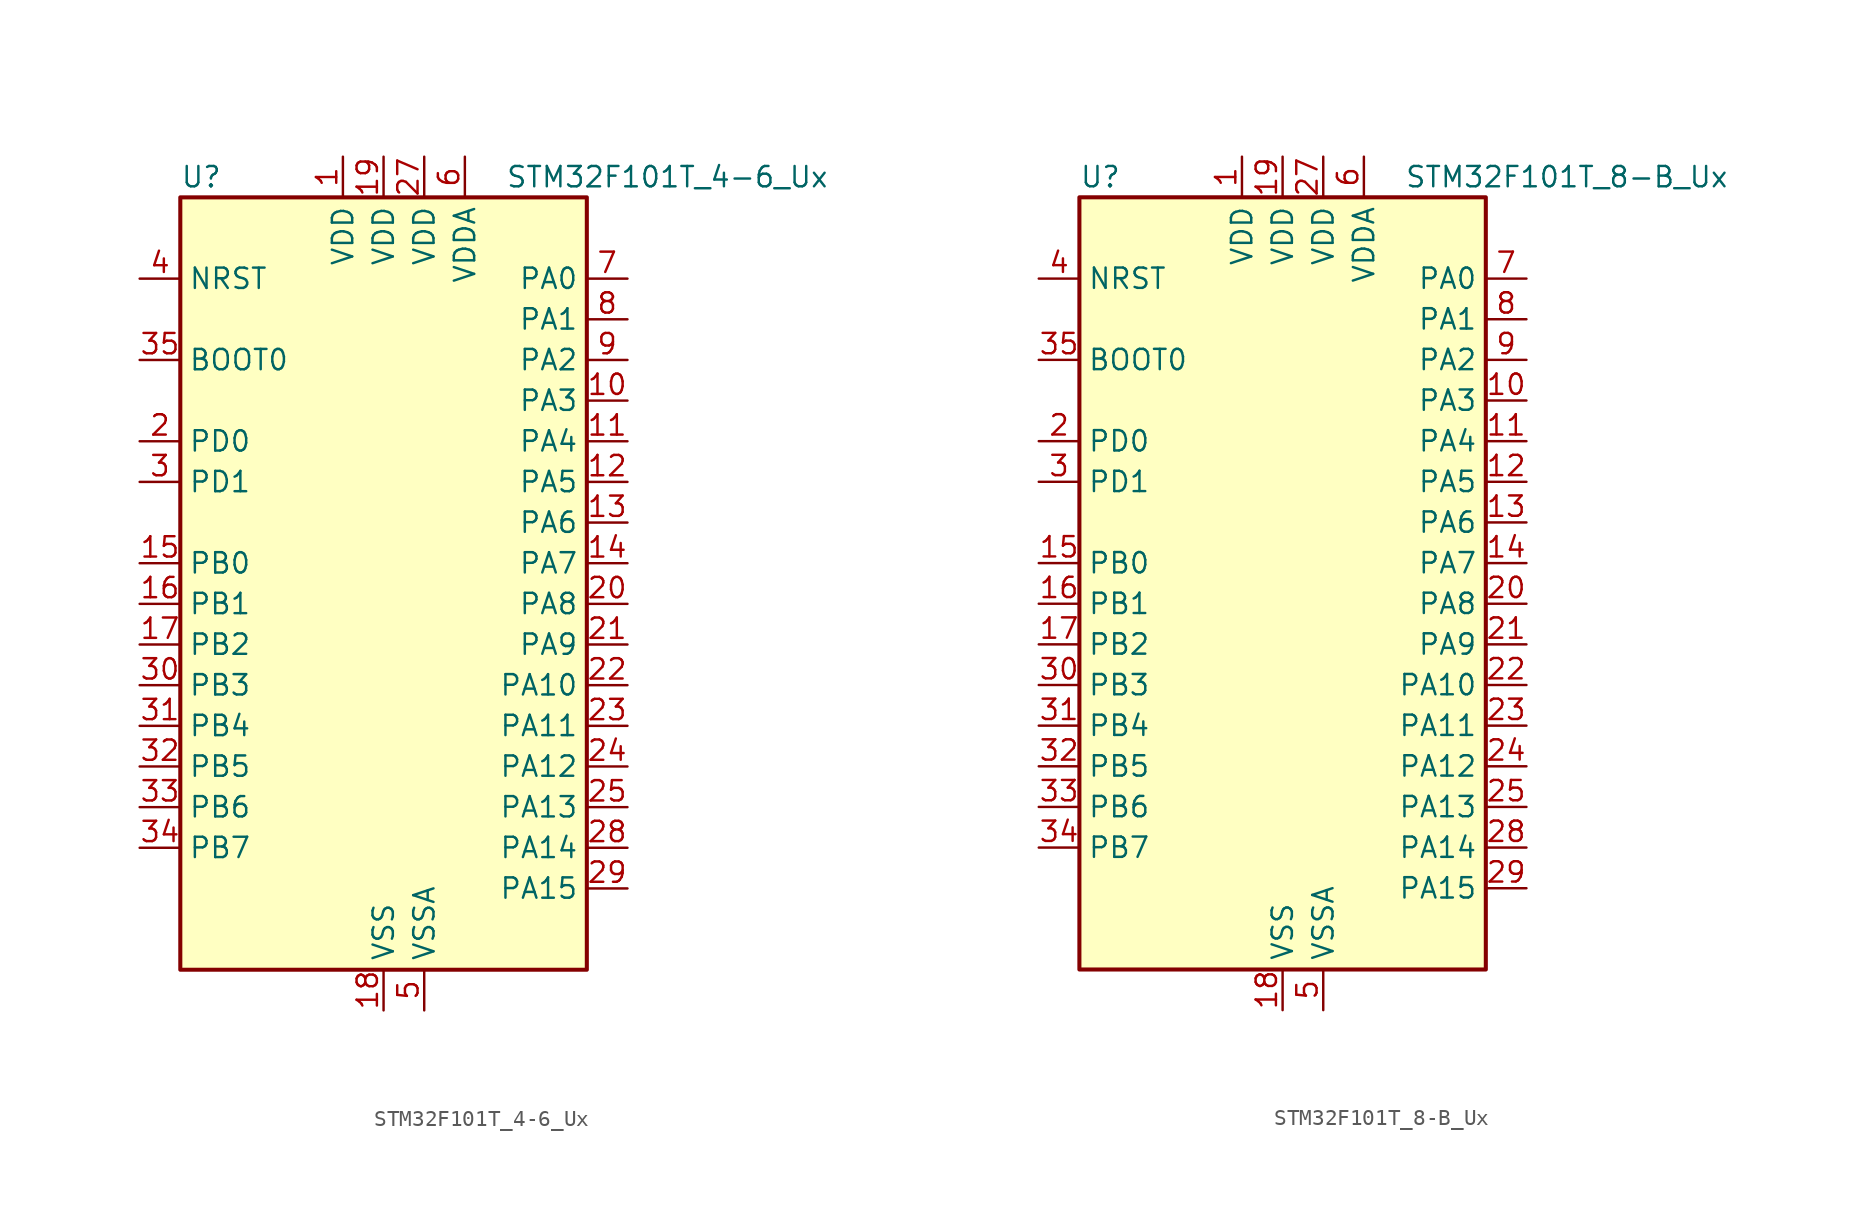
<source format=kicad_sym>
(kicad_symbol_lib
  (version 20241209)
  (generator "kicad_symbol_editor")
  (generator_version "9.0")
  (symbol "STM32F101T_4-6_Ux"
    (property "Reference" "U"
      (at -12.7 26.67 0)
      (effects (font (size 1.27 1.27)) (justify left)))
    (property "Value" "STM32F101T_4-6_Ux"
      (at 7.62 26.67 0)
      (effects (font (size 1.27 1.27)) (justify left)))
    (symbol "STM32F101T_4-6_Ux_0_1"
      (rectangle (start -12.7 -22.86) (end 12.7 25.4) (stroke (width 0.254) (type default)) (fill (type background))))
    (symbol "STM32F101T_4-6_Ux_1_1"
      (pin input line (at -15.24 20.32 0) (length 2.54) (name "NRST" (effects (font (size 1.27 1.27)))) (number "4" (effects (font (size 1.27 1.27)))))
      (pin input line (at -15.24 15.24 0) (length 2.54) (name "BOOT0" (effects (font (size 1.27 1.27)))) (number "35" (effects (font (size 1.27 1.27)))))
      (pin bidirectional line (at -15.24 10.16 0) (length 2.54) (name "PD0" (effects (font (size 1.27 1.27)))) (number "2" (effects (font (size 1.27 1.27)))) (alternate "RCC_OSC_IN" bidirectional line))
      (pin bidirectional line (at -15.24 7.62 0) (length 2.54) (name "PD1" (effects (font (size 1.27 1.27)))) (number "3" (effects (font (size 1.27 1.27)))) (alternate "RCC_OSC_OUT" bidirectional line))
      (pin bidirectional line (at -15.24 2.54 0) (length 2.54) (name "PB0" (effects (font (size 1.27 1.27)))) (number "15" (effects (font (size 1.27 1.27)))) (alternate "ADC1_IN8" bidirectional line) (alternate "TIM3_CH3" bidirectional line))
      (pin bidirectional line (at -15.24 0 0) (length 2.54) (name "PB1" (effects (font (size 1.27 1.27)))) (number "16" (effects (font (size 1.27 1.27)))) (alternate "ADC1_IN9" bidirectional line) (alternate "TIM3_CH4" bidirectional line))
      (pin bidirectional line (at -15.24 -2.54 0) (length 2.54) (name "PB2" (effects (font (size 1.27 1.27)))) (number "17" (effects (font (size 1.27 1.27)))))
      (pin bidirectional line (at -15.24 -5.08 0) (length 2.54) (name "PB3" (effects (font (size 1.27 1.27)))) (number "30" (effects (font (size 1.27 1.27)))) (alternate "SPI1_SCK" bidirectional line) (alternate "SYS_JTDO-TRACESWO" bidirectional line) (alternate "TIM2_CH2" bidirectional line))
      (pin bidirectional line (at -15.24 -7.62 0) (length 2.54) (name "PB4" (effects (font (size 1.27 1.27)))) (number "31" (effects (font (size 1.27 1.27)))) (alternate "SPI1_MISO" bidirectional line) (alternate "SYS_NJTRST" bidirectional line) (alternate "TIM3_CH1" bidirectional line))
      (pin bidirectional line (at -15.24 -10.16 0) (length 2.54) (name "PB5" (effects (font (size 1.27 1.27)))) (number "32" (effects (font (size 1.27 1.27)))) (alternate "I2C1_SMBA" bidirectional line) (alternate "SPI1_MOSI" bidirectional line) (alternate "TIM3_CH2" bidirectional line))
      (pin bidirectional line (at -15.24 -12.7 0) (length 2.54) (name "PB6" (effects (font (size 1.27 1.27)))) (number "33" (effects (font (size 1.27 1.27)))) (alternate "I2C1_SCL" bidirectional line) (alternate "USART1_TX" bidirectional line))
      (pin bidirectional line (at -15.24 -15.24 0) (length 2.54) (name "PB7" (effects (font (size 1.27 1.27)))) (number "34" (effects (font (size 1.27 1.27)))) (alternate "I2C1_SDA" bidirectional line) (alternate "USART1_RX" bidirectional line))
      (pin power_in line (at -2.54 27.94 270) (length 2.54) (name "VDD" (effects (font (size 1.27 1.27)))) (number "1" (effects (font (size 1.27 1.27)))))
      (pin power_in line (at 0 27.94 270) (length 2.54) (name "VDD" (effects (font (size 1.27 1.27)))) (number "19" (effects (font (size 1.27 1.27)))))
      (pin power_in line (at 0 -25.4 90) (length 2.54) (name "VSS" (effects (font (size 1.27 1.27)))) (number "18" (effects (font (size 1.27 1.27)))))
      (pin passive line (at 0 -25.4 90) (length 2.54) (hide yes) (name "VSS" (effects (font (size 1.27 1.27)))) (number "26" (effects (font (size 1.27 1.27)))))
      (pin passive line (at 0 -25.4 90) (length 2.54) (hide yes) (name "VSS" (effects (font (size 1.27 1.27)))) (number "36" (effects (font (size 1.27 1.27)))))
      (pin passive line (at 0 -25.4 90) (length 2.54) (hide yes) (name "VSS" (effects (font (size 1.27 1.27)))) (number "37" (effects (font (size 1.27 1.27)))))
      (pin power_in line (at 2.54 27.94 270) (length 2.54) (name "VDD" (effects (font (size 1.27 1.27)))) (number "27" (effects (font (size 1.27 1.27)))))
      (pin power_in line (at 2.54 -25.4 90) (length 2.54) (name "VSSA" (effects (font (size 1.27 1.27)))) (number "5" (effects (font (size 1.27 1.27)))))
      (pin power_in line (at 5.08 27.94 270) (length 2.54) (name "VDDA" (effects (font (size 1.27 1.27)))) (number "6" (effects (font (size 1.27 1.27)))))
      (pin bidirectional line (at 15.24 20.32 180) (length 2.54) (name "PA0" (effects (font (size 1.27 1.27)))) (number "7" (effects (font (size 1.27 1.27)))) (alternate "ADC1_IN0" bidirectional line) (alternate "SYS_WKUP" bidirectional line) (alternate "TIM2_CH1" bidirectional line) (alternate "TIM2_ETR" bidirectional line) (alternate "USART2_CTS" bidirectional line))
      (pin bidirectional line (at 15.24 17.78 180) (length 2.54) (name "PA1" (effects (font (size 1.27 1.27)))) (number "8" (effects (font (size 1.27 1.27)))) (alternate "ADC1_IN1" bidirectional line) (alternate "TIM2_CH2" bidirectional line) (alternate "USART2_RTS" bidirectional line))
      (pin bidirectional line (at 15.24 15.24 180) (length 2.54) (name "PA2" (effects (font (size 1.27 1.27)))) (number "9" (effects (font (size 1.27 1.27)))) (alternate "ADC1_IN2" bidirectional line) (alternate "TIM2_CH3" bidirectional line) (alternate "USART2_TX" bidirectional line))
      (pin bidirectional line (at 15.24 12.7 180) (length 2.54) (name "PA3" (effects (font (size 1.27 1.27)))) (number "10" (effects (font (size 1.27 1.27)))) (alternate "ADC1_IN3" bidirectional line) (alternate "TIM2_CH4" bidirectional line) (alternate "USART2_RX" bidirectional line))
      (pin bidirectional line (at 15.24 10.16 180) (length 2.54) (name "PA4" (effects (font (size 1.27 1.27)))) (number "11" (effects (font (size 1.27 1.27)))) (alternate "ADC1_IN4" bidirectional line) (alternate "SPI1_NSS" bidirectional line) (alternate "USART2_CK" bidirectional line))
      (pin bidirectional line (at 15.24 7.62 180) (length 2.54) (name "PA5" (effects (font (size 1.27 1.27)))) (number "12" (effects (font (size 1.27 1.27)))) (alternate "ADC1_IN5" bidirectional line) (alternate "SPI1_SCK" bidirectional line))
      (pin bidirectional line (at 15.24 5.08 180) (length 2.54) (name "PA6" (effects (font (size 1.27 1.27)))) (number "13" (effects (font (size 1.27 1.27)))) (alternate "ADC1_IN6" bidirectional line) (alternate "SPI1_MISO" bidirectional line) (alternate "TIM3_CH1" bidirectional line))
      (pin bidirectional line (at 15.24 2.54 180) (length 2.54) (name "PA7" (effects (font (size 1.27 1.27)))) (number "14" (effects (font (size 1.27 1.27)))) (alternate "ADC1_IN7" bidirectional line) (alternate "SPI1_MOSI" bidirectional line) (alternate "TIM3_CH2" bidirectional line))
      (pin bidirectional line (at 15.24 0 180) (length 2.54) (name "PA8" (effects (font (size 1.27 1.27)))) (number "20" (effects (font (size 1.27 1.27)))) (alternate "RCC_MCO" bidirectional line) (alternate "USART1_CK" bidirectional line))
      (pin bidirectional line (at 15.24 -2.54 180) (length 2.54) (name "PA9" (effects (font (size 1.27 1.27)))) (number "21" (effects (font (size 1.27 1.27)))) (alternate "USART1_TX" bidirectional line))
      (pin bidirectional line (at 15.24 -5.08 180) (length 2.54) (name "PA10" (effects (font (size 1.27 1.27)))) (number "22" (effects (font (size 1.27 1.27)))) (alternate "USART1_RX" bidirectional line))
      (pin bidirectional line (at 15.24 -7.62 180) (length 2.54) (name "PA11" (effects (font (size 1.27 1.27)))) (number "23" (effects (font (size 1.27 1.27)))) (alternate "ADC1_EXTI11" bidirectional line) (alternate "USART1_CTS" bidirectional line))
      (pin bidirectional line (at 15.24 -10.16 180) (length 2.54) (name "PA12" (effects (font (size 1.27 1.27)))) (number "24" (effects (font (size 1.27 1.27)))) (alternate "USART1_RTS" bidirectional line))
      (pin bidirectional line (at 15.24 -12.7 180) (length 2.54) (name "PA13" (effects (font (size 1.27 1.27)))) (number "25" (effects (font (size 1.27 1.27)))) (alternate "SYS_JTMS-SWDIO" bidirectional line))
      (pin bidirectional line (at 15.24 -15.24 180) (length 2.54) (name "PA14" (effects (font (size 1.27 1.27)))) (number "28" (effects (font (size 1.27 1.27)))) (alternate "SYS_JTCK-SWCLK" bidirectional line))
      (pin bidirectional line (at 15.24 -17.78 180) (length 2.54) (name "PA15" (effects (font (size 1.27 1.27)))) (number "29" (effects (font (size 1.27 1.27)))) (alternate "ADC1_EXTI15" bidirectional line) (alternate "SPI1_NSS" bidirectional line) (alternate "SYS_JTDI" bidirectional line) (alternate "TIM2_CH1" bidirectional line) (alternate "TIM2_ETR" bidirectional line))))
  (symbol "STM32F101T_8-B_Ux"
    (property "Reference" "U"
      (at -12.7 26.67 0)
      (effects (font (size 1.27 1.27)) (justify left)))
    (property "Value" "STM32F101T_8-B_Ux"
      (at 7.62 26.67 0)
      (effects (font (size 1.27 1.27)) (justify left)))
    (symbol "STM32F101T_8-B_Ux_0_1"
      (rectangle (start -12.7 -22.86) (end 12.7 25.4) (stroke (width 0.254) (type default)) (fill (type background))))
    (symbol "STM32F101T_8-B_Ux_1_1"
      (pin input line (at -15.24 20.32 0) (length 2.54) (name "NRST" (effects (font (size 1.27 1.27)))) (number "4" (effects (font (size 1.27 1.27)))))
      (pin input line (at -15.24 15.24 0) (length 2.54) (name "BOOT0" (effects (font (size 1.27 1.27)))) (number "35" (effects (font (size 1.27 1.27)))))
      (pin bidirectional line (at -15.24 10.16 0) (length 2.54) (name "PD0" (effects (font (size 1.27 1.27)))) (number "2" (effects (font (size 1.27 1.27)))) (alternate "RCC_OSC_IN" bidirectional line))
      (pin bidirectional line (at -15.24 7.62 0) (length 2.54) (name "PD1" (effects (font (size 1.27 1.27)))) (number "3" (effects (font (size 1.27 1.27)))) (alternate "RCC_OSC_OUT" bidirectional line))
      (pin bidirectional line (at -15.24 2.54 0) (length 2.54) (name "PB0" (effects (font (size 1.27 1.27)))) (number "15" (effects (font (size 1.27 1.27)))) (alternate "ADC1_IN8" bidirectional line) (alternate "TIM3_CH3" bidirectional line))
      (pin bidirectional line (at -15.24 0 0) (length 2.54) (name "PB1" (effects (font (size 1.27 1.27)))) (number "16" (effects (font (size 1.27 1.27)))) (alternate "ADC1_IN9" bidirectional line) (alternate "TIM3_CH4" bidirectional line))
      (pin bidirectional line (at -15.24 -2.54 0) (length 2.54) (name "PB2" (effects (font (size 1.27 1.27)))) (number "17" (effects (font (size 1.27 1.27)))))
      (pin bidirectional line (at -15.24 -5.08 0) (length 2.54) (name "PB3" (effects (font (size 1.27 1.27)))) (number "30" (effects (font (size 1.27 1.27)))) (alternate "SPI1_SCK" bidirectional line) (alternate "SYS_JTDO-TRACESWO" bidirectional line) (alternate "TIM2_CH2" bidirectional line))
      (pin bidirectional line (at -15.24 -7.62 0) (length 2.54) (name "PB4" (effects (font (size 1.27 1.27)))) (number "31" (effects (font (size 1.27 1.27)))) (alternate "SPI1_MISO" bidirectional line) (alternate "SYS_NJTRST" bidirectional line) (alternate "TIM3_CH1" bidirectional line))
      (pin bidirectional line (at -15.24 -10.16 0) (length 2.54) (name "PB5" (effects (font (size 1.27 1.27)))) (number "32" (effects (font (size 1.27 1.27)))) (alternate "I2C1_SMBA" bidirectional line) (alternate "SPI1_MOSI" bidirectional line) (alternate "TIM3_CH2" bidirectional line))
      (pin bidirectional line (at -15.24 -12.7 0) (length 2.54) (name "PB6" (effects (font (size 1.27 1.27)))) (number "33" (effects (font (size 1.27 1.27)))) (alternate "I2C1_SCL" bidirectional line) (alternate "TIM4_CH1" bidirectional line) (alternate "USART1_TX" bidirectional line))
      (pin bidirectional line (at -15.24 -15.24 0) (length 2.54) (name "PB7" (effects (font (size 1.27 1.27)))) (number "34" (effects (font (size 1.27 1.27)))) (alternate "I2C1_SDA" bidirectional line) (alternate "TIM4_CH2" bidirectional line) (alternate "USART1_RX" bidirectional line))
      (pin power_in line (at -2.54 27.94 270) (length 2.54) (name "VDD" (effects (font (size 1.27 1.27)))) (number "1" (effects (font (size 1.27 1.27)))))
      (pin power_in line (at 0 27.94 270) (length 2.54) (name "VDD" (effects (font (size 1.27 1.27)))) (number "19" (effects (font (size 1.27 1.27)))))
      (pin power_in line (at 0 -25.4 90) (length 2.54) (name "VSS" (effects (font (size 1.27 1.27)))) (number "18" (effects (font (size 1.27 1.27)))))
      (pin passive line (at 0 -25.4 90) (length 2.54) (hide yes) (name "VSS" (effects (font (size 1.27 1.27)))) (number "26" (effects (font (size 1.27 1.27)))))
      (pin passive line (at 0 -25.4 90) (length 2.54) (hide yes) (name "VSS" (effects (font (size 1.27 1.27)))) (number "36" (effects (font (size 1.27 1.27)))))
      (pin passive line (at 0 -25.4 90) (length 2.54) (hide yes) (name "VSS" (effects (font (size 1.27 1.27)))) (number "37" (effects (font (size 1.27 1.27)))))
      (pin power_in line (at 2.54 27.94 270) (length 2.54) (name "VDD" (effects (font (size 1.27 1.27)))) (number "27" (effects (font (size 1.27 1.27)))))
      (pin power_in line (at 2.54 -25.4 90) (length 2.54) (name "VSSA" (effects (font (size 1.27 1.27)))) (number "5" (effects (font (size 1.27 1.27)))))
      (pin power_in line (at 5.08 27.94 270) (length 2.54) (name "VDDA" (effects (font (size 1.27 1.27)))) (number "6" (effects (font (size 1.27 1.27)))))
      (pin bidirectional line (at 15.24 20.32 180) (length 2.54) (name "PA0" (effects (font (size 1.27 1.27)))) (number "7" (effects (font (size 1.27 1.27)))) (alternate "ADC1_IN0" bidirectional line) (alternate "SYS_WKUP" bidirectional line) (alternate "TIM2_CH1" bidirectional line) (alternate "TIM2_ETR" bidirectional line) (alternate "USART2_CTS" bidirectional line))
      (pin bidirectional line (at 15.24 17.78 180) (length 2.54) (name "PA1" (effects (font (size 1.27 1.27)))) (number "8" (effects (font (size 1.27 1.27)))) (alternate "ADC1_IN1" bidirectional line) (alternate "TIM2_CH2" bidirectional line) (alternate "USART2_RTS" bidirectional line))
      (pin bidirectional line (at 15.24 15.24 180) (length 2.54) (name "PA2" (effects (font (size 1.27 1.27)))) (number "9" (effects (font (size 1.27 1.27)))) (alternate "ADC1_IN2" bidirectional line) (alternate "TIM2_CH3" bidirectional line) (alternate "USART2_TX" bidirectional line))
      (pin bidirectional line (at 15.24 12.7 180) (length 2.54) (name "PA3" (effects (font (size 1.27 1.27)))) (number "10" (effects (font (size 1.27 1.27)))) (alternate "ADC1_IN3" bidirectional line) (alternate "TIM2_CH4" bidirectional line) (alternate "USART2_RX" bidirectional line))
      (pin bidirectional line (at 15.24 10.16 180) (length 2.54) (name "PA4" (effects (font (size 1.27 1.27)))) (number "11" (effects (font (size 1.27 1.27)))) (alternate "ADC1_IN4" bidirectional line) (alternate "SPI1_NSS" bidirectional line) (alternate "USART2_CK" bidirectional line))
      (pin bidirectional line (at 15.24 7.62 180) (length 2.54) (name "PA5" (effects (font (size 1.27 1.27)))) (number "12" (effects (font (size 1.27 1.27)))) (alternate "ADC1_IN5" bidirectional line) (alternate "SPI1_SCK" bidirectional line))
      (pin bidirectional line (at 15.24 5.08 180) (length 2.54) (name "PA6" (effects (font (size 1.27 1.27)))) (number "13" (effects (font (size 1.27 1.27)))) (alternate "ADC1_IN6" bidirectional line) (alternate "SPI1_MISO" bidirectional line) (alternate "TIM3_CH1" bidirectional line))
      (pin bidirectional line (at 15.24 2.54 180) (length 2.54) (name "PA7" (effects (font (size 1.27 1.27)))) (number "14" (effects (font (size 1.27 1.27)))) (alternate "ADC1_IN7" bidirectional line) (alternate "SPI1_MOSI" bidirectional line) (alternate "TIM3_CH2" bidirectional line))
      (pin bidirectional line (at 15.24 0 180) (length 2.54) (name "PA8" (effects (font (size 1.27 1.27)))) (number "20" (effects (font (size 1.27 1.27)))) (alternate "RCC_MCO" bidirectional line) (alternate "USART1_CK" bidirectional line))
      (pin bidirectional line (at 15.24 -2.54 180) (length 2.54) (name "PA9" (effects (font (size 1.27 1.27)))) (number "21" (effects (font (size 1.27 1.27)))) (alternate "USART1_TX" bidirectional line))
      (pin bidirectional line (at 15.24 -5.08 180) (length 2.54) (name "PA10" (effects (font (size 1.27 1.27)))) (number "22" (effects (font (size 1.27 1.27)))) (alternate "USART1_RX" bidirectional line))
      (pin bidirectional line (at 15.24 -7.62 180) (length 2.54) (name "PA11" (effects (font (size 1.27 1.27)))) (number "23" (effects (font (size 1.27 1.27)))) (alternate "ADC1_EXTI11" bidirectional line) (alternate "USART1_CTS" bidirectional line))
      (pin bidirectional line (at 15.24 -10.16 180) (length 2.54) (name "PA12" (effects (font (size 1.27 1.27)))) (number "24" (effects (font (size 1.27 1.27)))) (alternate "USART1_RTS" bidirectional line))
      (pin bidirectional line (at 15.24 -12.7 180) (length 2.54) (name "PA13" (effects (font (size 1.27 1.27)))) (number "25" (effects (font (size 1.27 1.27)))) (alternate "SYS_JTMS-SWDIO" bidirectional line))
      (pin bidirectional line (at 15.24 -15.24 180) (length 2.54) (name "PA14" (effects (font (size 1.27 1.27)))) (number "28" (effects (font (size 1.27 1.27)))) (alternate "SYS_JTCK-SWCLK" bidirectional line))
      (pin bidirectional line (at 15.24 -17.78 180) (length 2.54) (name "PA15" (effects (font (size 1.27 1.27)))) (number "29" (effects (font (size 1.27 1.27)))) (alternate "ADC1_EXTI15" bidirectional line) (alternate "SPI1_NSS" bidirectional line) (alternate "SYS_JTDI" bidirectional line) (alternate "TIM2_CH1" bidirectional line) (alternate "TIM2_ETR" bidirectional line)))))
</source>
